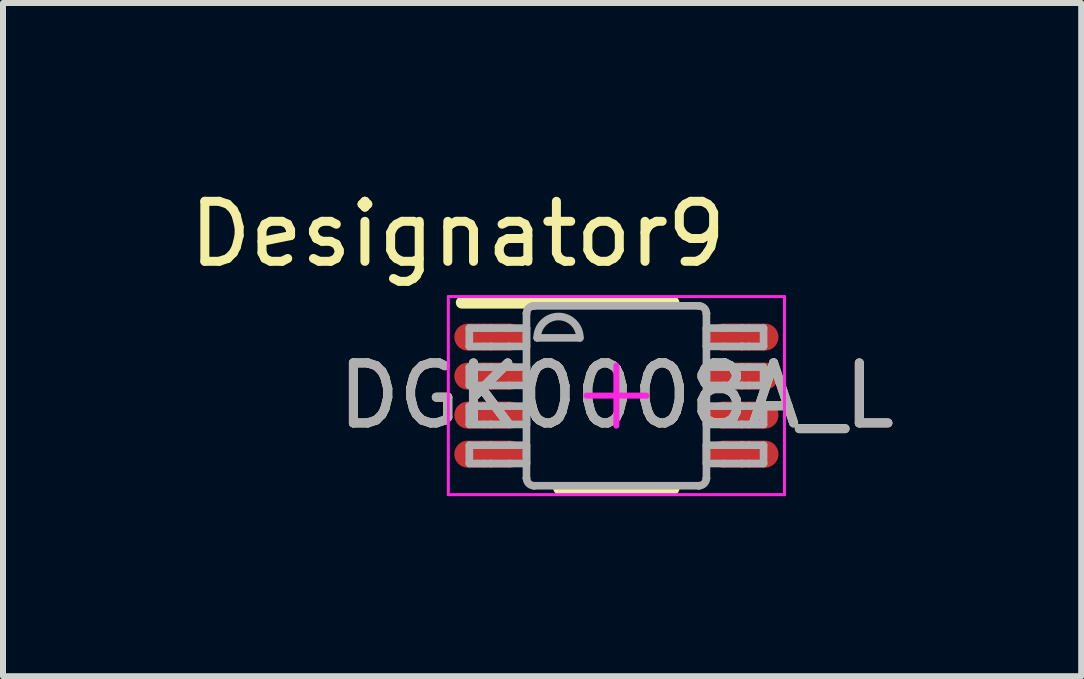
<source format=kicad_pcb>
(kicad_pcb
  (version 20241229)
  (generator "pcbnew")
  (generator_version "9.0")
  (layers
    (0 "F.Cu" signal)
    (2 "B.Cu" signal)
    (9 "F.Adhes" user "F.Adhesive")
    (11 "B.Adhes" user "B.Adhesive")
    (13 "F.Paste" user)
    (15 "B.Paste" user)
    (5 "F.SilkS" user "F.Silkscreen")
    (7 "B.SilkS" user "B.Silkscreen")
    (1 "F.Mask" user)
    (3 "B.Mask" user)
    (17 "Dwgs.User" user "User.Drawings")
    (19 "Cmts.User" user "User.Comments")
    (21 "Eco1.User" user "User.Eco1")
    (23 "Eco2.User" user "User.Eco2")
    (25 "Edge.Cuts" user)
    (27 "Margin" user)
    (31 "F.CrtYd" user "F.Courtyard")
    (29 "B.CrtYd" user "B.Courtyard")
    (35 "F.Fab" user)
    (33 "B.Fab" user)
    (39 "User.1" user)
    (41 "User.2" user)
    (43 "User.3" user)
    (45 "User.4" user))
  (footprint "DGK0008A_L"
    (layer "F.Cu")
    (at 7.219 3.541)
    (property "Reference" "DGK0008A_L" (at 0 0 0) (unlocked yes) (layer "F.SilkS") (effects (font (size 1 1) (thickness 0.15))))
    (attr smd)
    (fp_line (start -2.575 -1.55) (end 0.95 -1.55) (stroke (width 0.2) (type solid)) (layer "F.SilkS"))
    (fp_line (start -0.95 1.55) (end 0.95 1.55) (stroke (width 0.2) (type solid)) (layer "F.SilkS"))
    (fp_line (start -2.8 -1.65) (end 2.8 -1.65) (stroke (width 0.05) (type solid)) (layer "F.CrtYd"))
    (fp_line (start -2.8 1.65) (end -2.8 -1.65) (stroke (width 0.05) (type solid)) (layer "F.CrtYd"))
    (fp_line (start -2.8 1.65) (end 2.8 1.65) (stroke (width 0.05) (type solid)) (layer "F.CrtYd"))
    (fp_line (start -0.5 0) (end 0.5 0) (stroke (width 0.1) (type solid)) (layer "F.CrtYd"))
    (fp_line (start -0.000003 0.5) (end -0.000003 -0.5) (stroke (width 0.1) (type solid)) (layer "F.CrtYd"))
    (fp_line (start 2.8 1.65) (end 2.8 -1.65) (stroke (width 0.05) (type solid)) (layer "F.CrtYd"))
    (fp_line (start -2.45 -1.125) (end -2.21 -1.125) (stroke (width 0.127) (type solid)) (layer "F.Fab"))
    (fp_line (start -2.45 -0.82) (end -2.45 -1.125) (stroke (width 0.127) (type solid)) (layer "F.Fab"))
    (fp_line (start -2.45 -0.82) (end -2.21 -0.82) (stroke (width 0.127) (type solid)) (layer "F.Fab"))
    (fp_line (start -2.45 -0.475) (end -2.21 -0.475) (stroke (width 0.127) (type solid)) (layer "F.Fab"))
    (fp_line (start -2.45 -0.17) (end -2.45 -0.475) (stroke (width 0.127) (type solid)) (layer "F.Fab"))
    (fp_line (start -2.45 -0.17) (end -2.21 -0.17) (stroke (width 0.127) (type solid)) (layer "F.Fab"))
    (fp_line (start -2.45 0.175) (end -2.21 0.175) (stroke (width 0.127) (type solid)) (layer "F.Fab"))
    (fp_line (start -2.45 0.48) (end -2.45 0.175) (stroke (width 0.127) (type solid)) (layer "F.Fab"))
    (fp_line (start -2.45 0.48) (end -2.21 0.48) (stroke (width 0.127) (type solid)) (layer "F.Fab"))
    (fp_line (start -2.45 0.826) (end -2.21 0.826) (stroke (width 0.127) (type solid)) (layer "F.Fab"))
    (fp_line (start -2.45 1.131) (end -2.45 0.826) (stroke (width 0.127) (type solid)) (layer "F.Fab"))
    (fp_line (start -2.45 1.131) (end -2.21 1.131) (stroke (width 0.127) (type solid)) (layer "F.Fab"))
    (fp_line (start -2.21 -1.125) (end -2.091 -1.125) (stroke (width 0.127) (type solid)) (layer "F.Fab"))
    (fp_line (start -2.21 -0.82) (end -2.091 -0.82) (stroke (width 0.127) (type solid)) (layer "F.Fab"))
    (fp_line (start -2.21 -0.475) (end -2.091 -0.475) (stroke (width 0.127) (type solid)) (layer "F.Fab"))
    (fp_line (start -2.21 -0.17) (end -2.091 -0.17) (stroke (width 0.127) (type solid)) (layer "F.Fab"))
    (fp_line (start -2.21 0.175) (end -2.091 0.175) (stroke (width 0.127) (type solid)) (layer "F.Fab"))
    (fp_line (start -2.21 0.48) (end -2.091 0.48) (stroke (width 0.127) (type solid)) (layer "F.Fab"))
    (fp_line (start -2.21 0.826) (end -2.091 0.826) (stroke (width 0.127) (type solid)) (layer "F.Fab"))
    (fp_line (start -2.21 1.131) (end -2.091 1.131) (stroke (width 0.127) (type solid)) (layer "F.Fab"))
    (fp_line (start -2.091 -1.125) (end -2.087 -1.125) (stroke (width 0.127) (type solid)) (layer "F.Fab"))
    (fp_line (start -2.091 -0.82) (end -2.087 -0.82) (stroke (width 0.127) (type solid)) (layer "F.Fab"))
    (fp_line (start -2.091 -0.475) (end -2.087 -0.475) (stroke (width 0.127) (type solid)) (layer "F.Fab"))
    (fp_line (start -2.091 -0.17) (end -2.087 -0.17) (stroke (width 0.127) (type solid)) (layer "F.Fab"))
    (fp_line (start -2.091 0.175) (end -2.087 0.175) (stroke (width 0.127) (type solid)) (layer "F.Fab"))
    (fp_line (start -2.091 0.48) (end -2.087 0.48) (stroke (width 0.127) (type solid)) (layer "F.Fab"))
    (fp_line (start -2.091 0.826) (end -2.087 0.826) (stroke (width 0.127) (type solid)) (layer "F.Fab"))
    (fp_line (start -2.091 1.131) (end -2.087 1.131) (stroke (width 0.127) (type solid)) (layer "F.Fab"))
    (fp_line (start -2.087 -1.125) (end -1.784 -1.125) (stroke (width 0.127) (type solid)) (layer "F.Fab"))
    (fp_line (start -2.087 -0.82) (end -1.784 -0.82) (stroke (width 0.127) (type solid)) (layer "F.Fab"))
    (fp_line (start -2.087 -0.475) (end -1.784 -0.475) (stroke (width 0.127) (type solid)) (layer "F.Fab"))
    (fp_line (start -2.087 -0.17) (end -1.784 -0.17) (stroke (width 0.127) (type solid)) (layer "F.Fab"))
    (fp_line (start -2.087 0.175) (end -1.784 0.175) (stroke (width 0.127) (type solid)) (layer "F.Fab"))
    (fp_line (start -2.087 0.48) (end -1.784 0.48) (stroke (width 0.127) (type solid)) (layer "F.Fab"))
    (fp_line (start -2.087 0.826) (end -1.784 0.826) (stroke (width 0.127) (type solid)) (layer "F.Fab"))
    (fp_line (start -2.087 1.131) (end -1.784 1.131) (stroke (width 0.127) (type solid)) (layer "F.Fab"))
    (fp_line (start -1.784 -1.125) (end -1.498 -1.125) (stroke (width 0.127) (type solid)) (layer "F.Fab"))
    (fp_line (start -1.784 -0.82) (end -1.498 -0.82) (stroke (width 0.127) (type solid)) (layer "F.Fab"))
    (fp_line (start -1.784 -0.475) (end -1.498 -0.475) (stroke (width 0.127) (type solid)) (layer "F.Fab"))
    (fp_line (start -1.784 -0.17) (end -1.498 -0.17) (stroke (width 0.127) (type solid)) (layer "F.Fab"))
    (fp_line (start -1.784 0.175) (end -1.498 0.175) (stroke (width 0.127) (type solid)) (layer "F.Fab"))
    (fp_line (start -1.784 0.48) (end -1.498 0.48) (stroke (width 0.127) (type solid)) (layer "F.Fab"))
    (fp_line (start -1.784 0.826) (end -1.498 0.826) (stroke (width 0.127) (type solid)) (layer "F.Fab"))
    (fp_line (start -1.784 1.131) (end -1.498 1.131) (stroke (width 0.127) (type solid)) (layer "F.Fab"))
    (fp_line (start -1.498 -1.369) (end -1.497 -1.372) (stroke (width 0.127) (type solid)) (layer "F.Fab"))
    (fp_line (start -1.498 -0.82) (end -1.498 -1.125) (stroke (width 0.127) (type solid)) (layer "F.Fab"))
    (fp_line (start -1.498 -0.17) (end -1.498 -0.475) (stroke (width 0.127) (type solid)) (layer "F.Fab"))
    (fp_line (start -1.498 0.48) (end -1.498 0.175) (stroke (width 0.127) (type solid)) (layer "F.Fab"))
    (fp_line (start -1.498 1.131) (end -1.498 0.826) (stroke (width 0.127) (type solid)) (layer "F.Fab"))
    (fp_line (start -1.498 1.374) (end -1.498 -1.369) (stroke (width 0.127) (type solid)) (layer "F.Fab"))
    (fp_line (start -1.498 1.374) (end -1.497 1.377) (stroke (width 0.127) (type solid)) (layer "F.Fab"))
    (fp_line (start -1.373 -1.496) (end -1.371 -1.496) (stroke (width 0.127) (type solid)) (layer "F.Fab"))
    (fp_line (start -1.373 1.501) (end -1.371 1.501) (stroke (width 0.127) (type solid)) (layer "F.Fab"))
    (fp_line (start -1.371 -1.496) (end 1.373 -1.496) (stroke (width 0.127) (type solid)) (layer "F.Fab"))
    (fp_line (start -1.371 1.501) (end 1.373 1.501) (stroke (width 0.127) (type solid)) (layer "F.Fab"))
    (fp_line (start -1.32 -0.962) (end -0.609 -0.962) (stroke (width 0.127) (type solid)) (layer "F.Fab"))
    (fp_line (start 1.373 -1.496) (end 1.375 -1.496) (stroke (width 0.127) (type solid)) (layer "F.Fab"))
    (fp_line (start 1.373 1.501) (end 1.375 1.501) (stroke (width 0.127) (type solid)) (layer "F.Fab"))
    (fp_line (start 1.5 -1.372) (end 1.5 -1.369) (stroke (width 0.127) (type solid)) (layer "F.Fab"))
    (fp_line (start 1.5 1.377) (end 1.5 1.374) (stroke (width 0.127) (type solid)) (layer "F.Fab"))
    (fp_line (start 1.5 -1.125) (end 1.786 -1.125) (stroke (width 0.127) (type solid)) (layer "F.Fab"))
    (fp_line (start 1.5 -0.82) (end 1.5 -1.125) (stroke (width 0.127) (type solid)) (layer "F.Fab"))
    (fp_line (start 1.5 -0.82) (end 1.786 -0.82) (stroke (width 0.127) (type solid)) (layer "F.Fab"))
    (fp_line (start 1.5 -0.475) (end 1.786 -0.475) (stroke (width 0.127) (type solid)) (layer "F.Fab"))
    (fp_line (start 1.5 -0.17) (end 1.5 -0.475) (stroke (width 0.127) (type solid)) (layer "F.Fab"))
    (fp_line (start 1.5 -0.17) (end 1.786 -0.17) (stroke (width 0.127) (type solid)) (layer "F.Fab"))
    (fp_line (start 1.5 0.175) (end 1.786 0.175) (stroke (width 0.127) (type solid)) (layer "F.Fab"))
    (fp_line (start 1.5 0.48) (end 1.5 0.175) (stroke (width 0.127) (type solid)) (layer "F.Fab"))
    (fp_line (start 1.5 0.48) (end 1.786 0.48) (stroke (width 0.127) (type solid)) (layer "F.Fab"))
    (fp_line (start 1.5 0.826) (end 1.786 0.826) (stroke (width 0.127) (type solid)) (layer "F.Fab"))
    (fp_line (start 1.5 1.131) (end 1.5 0.826) (stroke (width 0.127) (type solid)) (layer "F.Fab"))
    (fp_line (start 1.5 1.131) (end 1.786 1.131) (stroke (width 0.127) (type solid)) (layer "F.Fab"))
    (fp_line (start 1.5 1.374) (end 1.5 -1.369) (stroke (width 0.127) (type solid)) (layer "F.Fab"))
    (fp_line (start 1.786 -1.125) (end 2.089 -1.125) (stroke (width 0.127) (type solid)) (layer "F.Fab"))
    (fp_line (start 1.786 -0.82) (end 2.089 -0.82) (stroke (width 0.127) (type solid)) (layer "F.Fab"))
    (fp_line (start 1.786 -0.475) (end 2.089 -0.475) (stroke (width 0.127) (type solid)) (layer "F.Fab"))
    (fp_line (start 1.786 -0.17) (end 2.089 -0.17) (stroke (width 0.127) (type solid)) (layer "F.Fab"))
    (fp_line (start 1.786 0.175) (end 2.089 0.175) (stroke (width 0.127) (type solid)) (layer "F.Fab"))
    (fp_line (start 1.786 0.48) (end 2.089 0.48) (stroke (width 0.127) (type solid)) (layer "F.Fab"))
    (fp_line (start 1.786 0.826) (end 2.089 0.826) (stroke (width 0.127) (type solid)) (layer "F.Fab"))
    (fp_line (start 1.786 1.131) (end 2.089 1.131) (stroke (width 0.127) (type solid)) (layer "F.Fab"))
    (fp_line (start 2.089 -1.125) (end 2.093 -1.125) (stroke (width 0.127) (type solid)) (layer "F.Fab"))
    (fp_line (start 2.089 -0.82) (end 2.093 -0.82) (stroke (width 0.127) (type solid)) (layer "F.Fab"))
    (fp_line (start 2.089 -0.475) (end 2.093 -0.475) (stroke (width 0.127) (type solid)) (layer "F.Fab"))
    (fp_line (start 2.089 -0.17) (end 2.093 -0.17) (stroke (width 0.127) (type solid)) (layer "F.Fab"))
    (fp_line (start 2.089 0.175) (end 2.093 0.175) (stroke (width 0.127) (type solid)) (layer "F.Fab"))
    (fp_line (start 2.089 0.48) (end 2.093 0.48) (stroke (width 0.127) (type solid)) (layer "F.Fab"))
    (fp_line (start 2.089 0.826) (end 2.093 0.826) (stroke (width 0.127) (type solid)) (layer "F.Fab"))
    (fp_line (start 2.089 1.131) (end 2.093 1.131) (stroke (width 0.127) (type solid)) (layer "F.Fab"))
    (fp_line (start 2.093 -1.125) (end 2.213 -1.125) (stroke (width 0.127) (type solid)) (layer "F.Fab"))
    (fp_line (start 2.093 -0.82) (end 2.213 -0.82) (stroke (width 0.127) (type solid)) (layer "F.Fab"))
    (fp_line (start 2.093 -0.475) (end 2.213 -0.475) (stroke (width 0.127) (type solid)) (layer "F.Fab"))
    (fp_line (start 2.093 -0.17) (end 2.213 -0.17) (stroke (width 0.127) (type solid)) (layer "F.Fab"))
    (fp_line (start 2.093 0.175) (end 2.213 0.175) (stroke (width 0.127) (type solid)) (layer "F.Fab"))
    (fp_line (start 2.093 0.48) (end 2.213 0.48) (stroke (width 0.127) (type solid)) (layer "F.Fab"))
    (fp_line (start 2.093 0.826) (end 2.213 0.826) (stroke (width 0.127) (type solid)) (layer "F.Fab"))
    (fp_line (start 2.093 1.131) (end 2.213 1.131) (stroke (width 0.127) (type solid)) (layer "F.Fab"))
    (fp_line (start 2.213 -1.125) (end 2.452 -1.125) (stroke (width 0.127) (type solid)) (layer "F.Fab"))
    (fp_line (start 2.213 -0.82) (end 2.452 -0.82) (stroke (width 0.127) (type solid)) (layer "F.Fab"))
    (fp_line (start 2.213 -0.475) (end 2.452 -0.475) (stroke (width 0.127) (type solid)) (layer "F.Fab"))
    (fp_line (start 2.213 -0.17) (end 2.452 -0.17) (stroke (width 0.127) (type solid)) (layer "F.Fab"))
    (fp_line (start 2.213 0.175) (end 2.452 0.175) (stroke (width 0.127) (type solid)) (layer "F.Fab"))
    (fp_line (start 2.213 0.48) (end 2.452 0.48) (stroke (width 0.127) (type solid)) (layer "F.Fab"))
    (fp_line (start 2.213 0.826) (end 2.452 0.826) (stroke (width 0.127) (type solid)) (layer "F.Fab"))
    (fp_line (start 2.213 1.131) (end 2.452 1.131) (stroke (width 0.127) (type solid)) (layer "F.Fab"))
    (fp_line (start 2.452 -0.82) (end 2.452 -1.125) (stroke (width 0.127) (type solid)) (layer "F.Fab"))
    (fp_line (start 2.452 -0.17) (end 2.452 -0.475) (stroke (width 0.127) (type solid)) (layer "F.Fab"))
    (fp_line (start 2.452 0.48) (end 2.452 0.175) (stroke (width 0.127) (type solid)) (layer "F.Fab"))
    (fp_line (start 2.452 1.131) (end 2.452 0.826) (stroke (width 0.127) (type solid)) (layer "F.Fab"))
    (fp_arc (start -1.497476 -1.371582) (mid -1.460306 -1.458644) (end -1.373243 -1.495814) (stroke (width 0.127) (type solid)) (layer "F.Fab"))
    (fp_arc (start -1.373243 1.501336) (mid -1.460306 1.464166) (end -1.497476 1.377104) (stroke (width 0.127) (type solid)) (layer "F.Fab"))
    (fp_arc (start -1.3197 -0.962439) (mid -0.9641 -1.318039) (end -0.6085 -0.962439) (stroke (width 0.127) (type solid)) (layer "F.Fab"))
    (fp_arc (start 1.375443 -1.495814) (mid 1.462505 -1.458644) (end 1.499675 -1.371582) (stroke (width 0.127) (type solid)) (layer "F.Fab"))
    (fp_arc (start 1.499675 1.377104) (mid 1.462505 1.464166) (end 1.375443 1.501336) (stroke (width 0.127) (type solid)) (layer "F.Fab"))
    (fp_text user "Designator9" (at -2.642 -2.692 0) (unlocked yes) (layer "F.SilkS") (effects (font (size 1 1) (thickness 0.15))))
    (fp_text user "${REFERENCE}" (at 0 0 0) (unlocked yes) (layer "F.Fab") (effects (font (size 1 1) (thickness 0.15))))
    (pad "1" smd oval (at -2.125 -0.975 90) (size 0.45 1.15) (layers "F.Cu" "F.Mask" "F.Paste"))
    (pad "2" smd oval (at -2.125 -0.325 90) (size 0.45 1.15) (layers "F.Cu" "F.Mask" "F.Paste"))
    (pad "3" smd oval (at -2.125 0.325 90) (size 0.45 1.15) (layers "F.Cu" "F.Mask" "F.Paste"))
    (pad "4" smd oval (at -2.125 0.975 90) (size 0.45 1.15) (layers "F.Cu" "F.Mask" "F.Paste"))
    (pad "5" smd oval (at 2.125 0.975 90) (size 0.45 1.15) (layers "F.Cu" "F.Mask" "F.Paste"))
    (pad "6" smd oval (at 2.125 0.325 90) (size 0.45 1.15) (layers "F.Cu" "F.Mask" "F.Paste"))
    (pad "7" smd oval (at 2.125 -0.325 90) (size 0.45 1.15) (layers "F.Cu" "F.Mask" "F.Paste"))
    (pad "8" smd oval (at 2.125 -0.975 90) (size 0.45 1.15) (layers "F.Cu" "F.Mask" "F.Paste")))
  (gr_rect
    (start -3 -3)
    (end 14.963 8.216)
    (stroke (width 0.1) (type default))
    (fill no)
    (layer "Edge.Cuts")))
</source>
